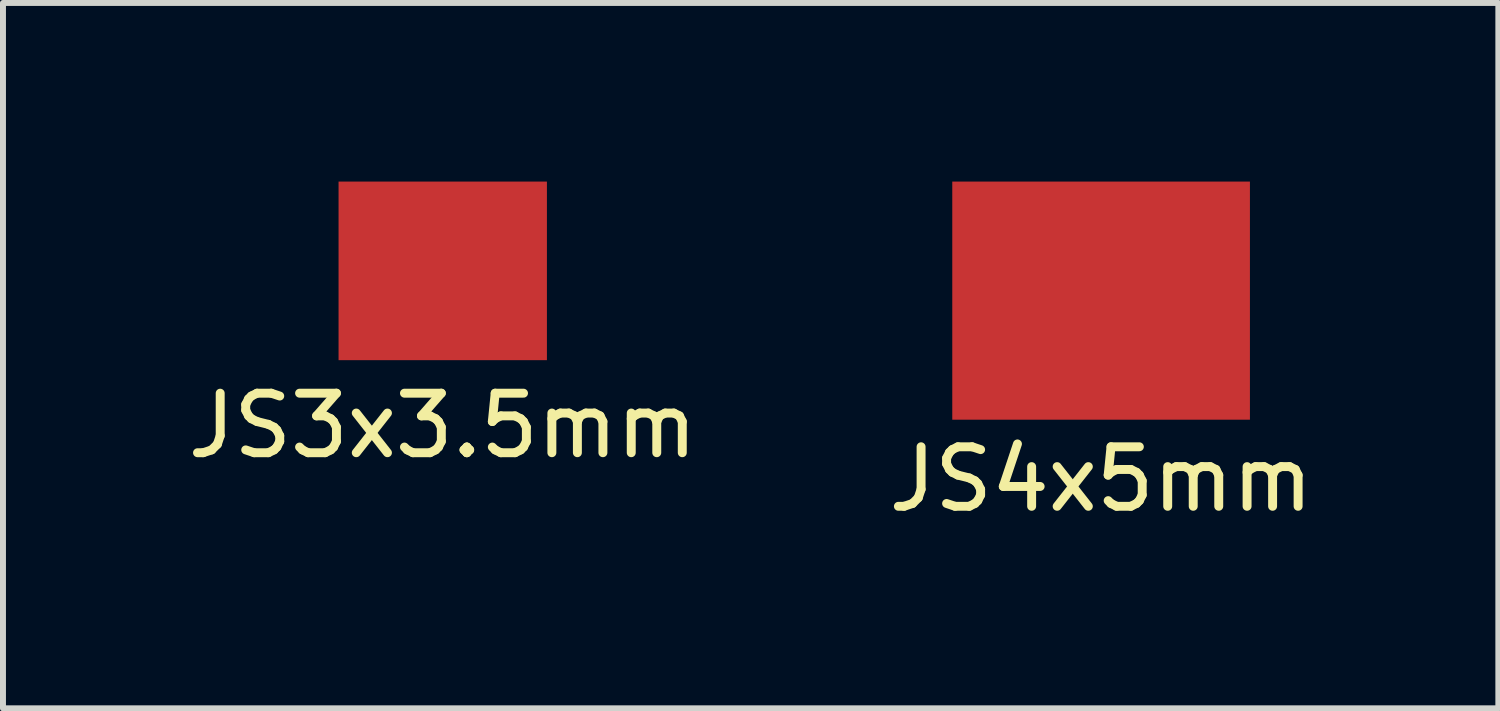
<source format=kicad_pcb>
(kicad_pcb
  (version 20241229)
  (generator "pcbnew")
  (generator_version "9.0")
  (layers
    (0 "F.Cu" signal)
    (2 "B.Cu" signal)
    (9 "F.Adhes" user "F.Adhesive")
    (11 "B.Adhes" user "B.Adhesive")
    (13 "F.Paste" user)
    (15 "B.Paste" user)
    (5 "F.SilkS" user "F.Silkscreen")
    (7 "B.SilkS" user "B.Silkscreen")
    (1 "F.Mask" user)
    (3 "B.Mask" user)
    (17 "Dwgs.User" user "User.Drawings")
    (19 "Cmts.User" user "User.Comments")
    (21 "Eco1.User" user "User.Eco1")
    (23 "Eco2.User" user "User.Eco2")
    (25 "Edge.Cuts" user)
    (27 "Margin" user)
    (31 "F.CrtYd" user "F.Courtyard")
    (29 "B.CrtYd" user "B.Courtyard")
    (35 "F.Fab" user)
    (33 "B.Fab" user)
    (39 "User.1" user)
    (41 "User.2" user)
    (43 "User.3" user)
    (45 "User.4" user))
  (footprint "JS3x3.5mm"
    (layer "F.Cu")
    (at 4.387 1.5)
    (property "Reference" "JS3x3.5mm" (at 0 2.6 0) (layer "F.SilkS") (effects (font (size 1 1) (thickness 0.15))))
    (attr smd)
    (pad "1" smd rect (at 0 0) (size 3.5 3) (layers "F.Cu" "F.Mask" "F.Paste")))
  (footprint "JS4x5mm"
    (layer "F.Cu")
    (at 15.446 2)
    (property "Reference" "JS4x5mm" (at 0 3 0) (layer "F.SilkS") (effects (font (size 1 1) (thickness 0.15))))
    (attr smd)
    (pad "1" smd rect (at 0 0) (size 5 4) (layers "F.Cu" "F.Mask" "F.Paste")))
  (gr_rect
    (start -3 -3)
    (end 22.119 8.848)
    (stroke (width 0.1) (type default))
    (fill no)
    (layer "Edge.Cuts")))
</source>
